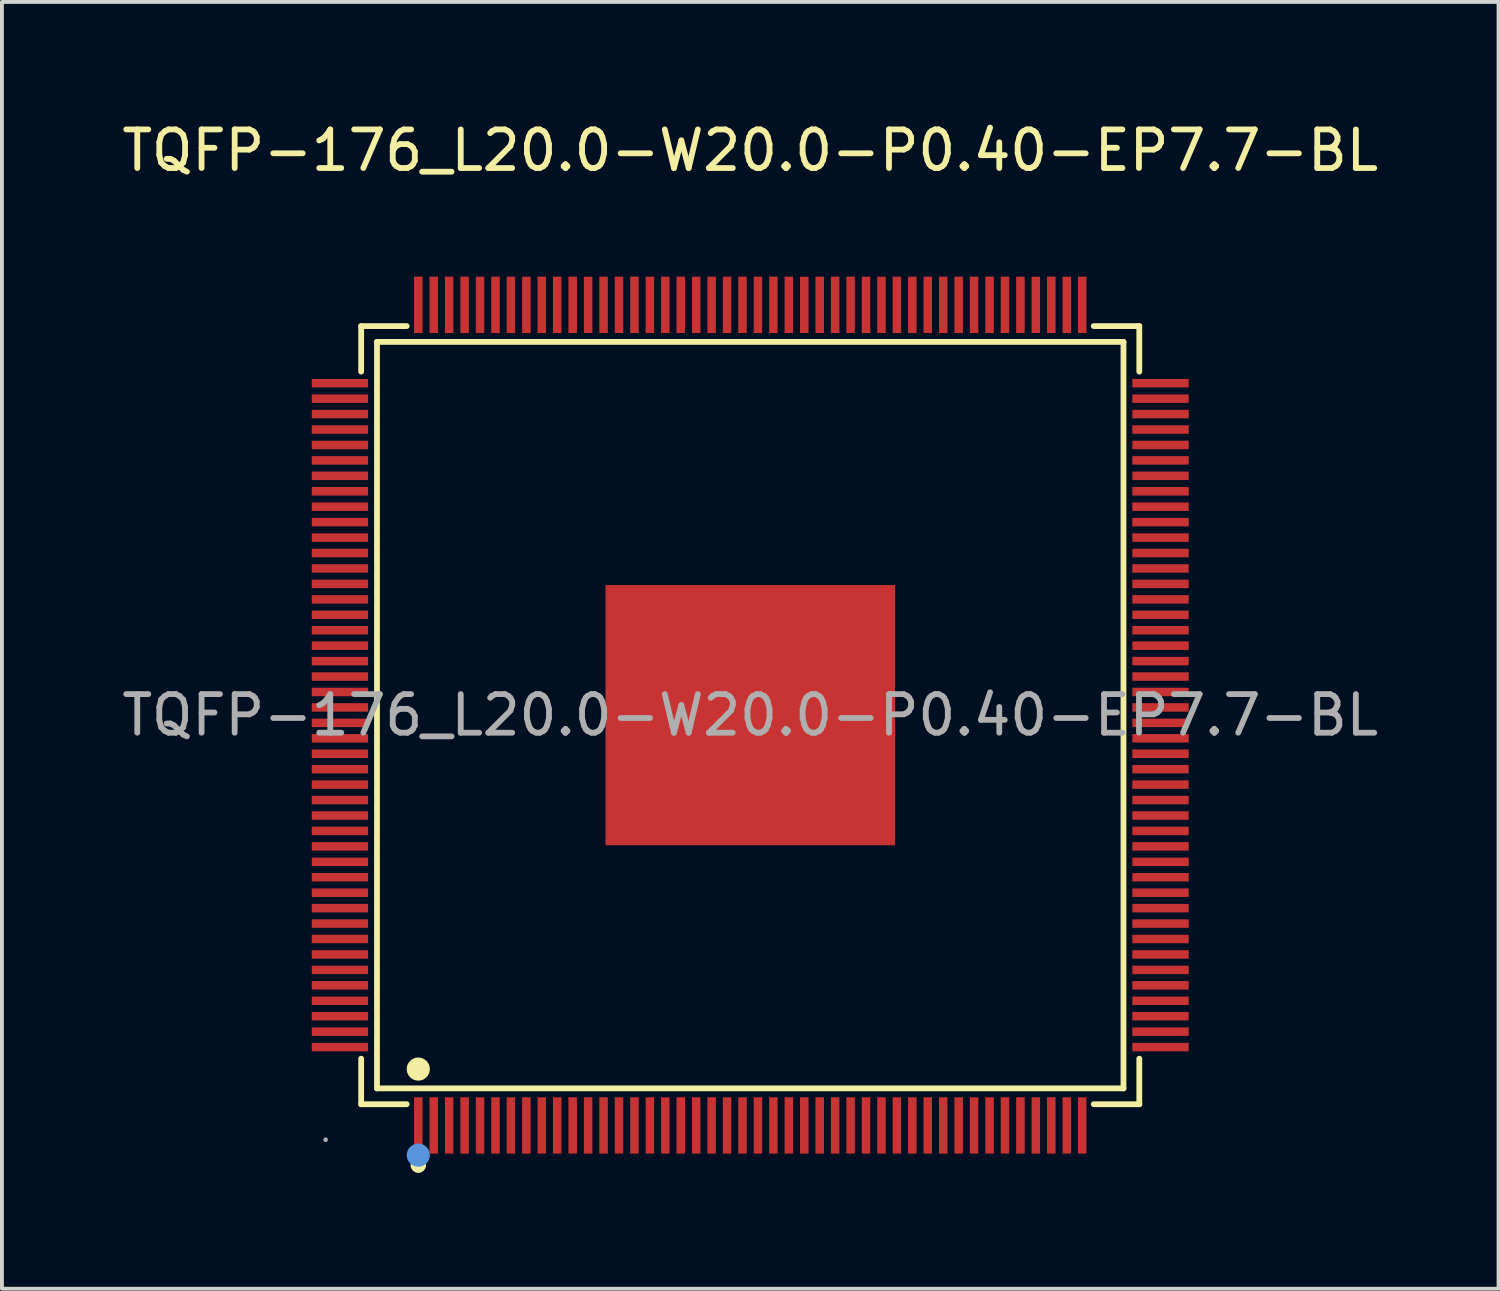
<source format=kicad_pcb>
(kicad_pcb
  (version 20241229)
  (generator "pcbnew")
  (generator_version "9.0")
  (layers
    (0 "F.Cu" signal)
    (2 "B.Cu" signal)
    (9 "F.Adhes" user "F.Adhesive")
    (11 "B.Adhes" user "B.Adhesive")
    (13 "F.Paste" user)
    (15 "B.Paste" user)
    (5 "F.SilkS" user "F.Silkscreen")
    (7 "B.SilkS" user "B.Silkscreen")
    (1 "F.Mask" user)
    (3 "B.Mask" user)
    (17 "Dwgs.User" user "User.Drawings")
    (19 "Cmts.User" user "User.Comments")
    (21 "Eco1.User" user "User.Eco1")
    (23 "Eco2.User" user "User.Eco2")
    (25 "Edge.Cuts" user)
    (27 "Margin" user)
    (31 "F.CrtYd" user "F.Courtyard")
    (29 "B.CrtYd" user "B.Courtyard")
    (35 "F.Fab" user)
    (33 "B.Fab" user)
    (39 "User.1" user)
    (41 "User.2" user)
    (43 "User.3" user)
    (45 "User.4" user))
  (footprint "TQFP-176_L20.0-W20.0-P0.40-EP7.7-BL"
    (layer "F.Cu")
    (at 16.387 15.478)
    (property "Reference" "TQFP-176_L20.0-W20.0-P0.40-EP7.7-BL" (at 0 -14.63 0) (layer "F.SilkS") (effects (font (size 1 1) (thickness 0.15))))
    (attr through_hole)
    (fp_line (start -10.08 -10.08) (end -8.9 -10.08) (stroke (width 0.15) (type solid)) (layer "F.SilkS"))
    (fp_line (start -10.08 -8.9) (end -10.08 -10.08) (stroke (width 0.15) (type solid)) (layer "F.SilkS"))
    (fp_line (start -10.08 8.9) (end -10.08 10.08) (stroke (width 0.15) (type solid)) (layer "F.SilkS"))
    (fp_line (start -10.08 10.08) (end -8.9 10.08) (stroke (width 0.15) (type solid)) (layer "F.SilkS"))
    (fp_line (start -9.67 -9.67) (end 9.67 -9.67) (stroke (width 0.15) (type solid)) (layer "F.SilkS"))
    (fp_line (start -9.67 9.67) (end -9.67 -9.67) (stroke (width 0.15) (type solid)) (layer "F.SilkS"))
    (fp_line (start 9.67 -9.67) (end 9.67 9.67) (stroke (width 0.15) (type solid)) (layer "F.SilkS"))
    (fp_line (start 9.67 9.67) (end -9.67 9.67) (stroke (width 0.15) (type solid)) (layer "F.SilkS"))
    (fp_line (start 10.08 -10.08) (end 8.9 -10.08) (stroke (width 0.15) (type solid)) (layer "F.SilkS"))
    (fp_line (start 10.08 -8.9) (end 10.08 -10.08) (stroke (width 0.15) (type solid)) (layer "F.SilkS"))
    (fp_line (start 10.08 8.9) (end 10.08 10.08) (stroke (width 0.15) (type solid)) (layer "F.SilkS"))
    (fp_line (start 10.08 10.08) (end 8.9 10.08) (stroke (width 0.15) (type solid)) (layer "F.SilkS"))
    (fp_circle (center -8.6 9.17) (end -8.45 9.17) (stroke (width 0.3) (type solid)) (fill no) (layer "F.SilkS"))
    (fp_circle (center -8.6 11.66) (end -8.5 11.66) (stroke (width 0.2) (type solid)) (fill no) (layer "F.SilkS"))
    (fp_circle (center -8.6 11.4) (end -8.45 11.4) (stroke (width 0.3) (type solid)) (fill no) (layer "Cmts.User"))
    (fp_circle (center -11 11) (end -10.97 11) (stroke (width 0.06) (type solid)) (fill no) (layer "F.Fab"))
    (fp_text user "${REFERENCE}" (at 0 0 0) (layer "F.Fab") (effects (font (size 1 1) (thickness 0.15))))
    (pad "1" smd rect (at -8.6 10.63) (size 0.22 1.46) (layers "F.Cu" "F.Mask" "F.Paste"))
    (pad "2" smd rect (at -8.2 10.63) (size 0.22 1.46) (layers "F.Cu" "F.Mask" "F.Paste"))
    (pad "3" smd rect (at -7.8 10.63) (size 0.22 1.46) (layers "F.Cu" "F.Mask" "F.Paste"))
    (pad "4" smd rect (at -7.4 10.63) (size 0.22 1.46) (layers "F.Cu" "F.Mask" "F.Paste"))
    (pad "5" smd rect (at -7 10.63) (size 0.22 1.46) (layers "F.Cu" "F.Mask" "F.Paste"))
    (pad "6" smd rect (at -6.6 10.63) (size 0.22 1.46) (layers "F.Cu" "F.Mask" "F.Paste"))
    (pad "7" smd rect (at -6.2 10.63) (size 0.22 1.46) (layers "F.Cu" "F.Mask" "F.Paste"))
    (pad "8" smd rect (at -5.8 10.63) (size 0.22 1.46) (layers "F.Cu" "F.Mask" "F.Paste"))
    (pad "9" smd rect (at -5.4 10.63) (size 0.22 1.46) (layers "F.Cu" "F.Mask" "F.Paste"))
    (pad "10" smd rect (at -5 10.63) (size 0.22 1.46) (layers "F.Cu" "F.Mask" "F.Paste"))
    (pad "11" smd rect (at -4.6 10.63) (size 0.22 1.46) (layers "F.Cu" "F.Mask" "F.Paste"))
    (pad "12" smd rect (at -4.2 10.63) (size 0.22 1.46) (layers "F.Cu" "F.Mask" "F.Paste"))
    (pad "13" smd rect (at -3.8 10.63) (size 0.22 1.46) (layers "F.Cu" "F.Mask" "F.Paste"))
    (pad "14" smd rect (at -3.4 10.63) (size 0.22 1.46) (layers "F.Cu" "F.Mask" "F.Paste"))
    (pad "15" smd rect (at -3 10.63) (size 0.22 1.46) (layers "F.Cu" "F.Mask" "F.Paste"))
    (pad "16" smd rect (at -2.6 10.63) (size 0.22 1.46) (layers "F.Cu" "F.Mask" "F.Paste"))
    (pad "17" smd rect (at -2.2 10.63) (size 0.22 1.46) (layers "F.Cu" "F.Mask" "F.Paste"))
    (pad "18" smd rect (at -1.8 10.63) (size 0.22 1.46) (layers "F.Cu" "F.Mask" "F.Paste"))
    (pad "19" smd rect (at -1.4 10.63) (size 0.22 1.46) (layers "F.Cu" "F.Mask" "F.Paste"))
    (pad "20" smd rect (at -1 10.63) (size 0.22 1.46) (layers "F.Cu" "F.Mask" "F.Paste"))
    (pad "21" smd rect (at -0.6 10.63) (size 0.22 1.46) (layers "F.Cu" "F.Mask" "F.Paste"))
    (pad "22" smd rect (at -0.2 10.63) (size 0.22 1.46) (layers "F.Cu" "F.Mask" "F.Paste"))
    (pad "23" smd rect (at 0.2 10.63) (size 0.22 1.46) (layers "F.Cu" "F.Mask" "F.Paste"))
    (pad "24" smd rect (at 0.6 10.63) (size 0.22 1.46) (layers "F.Cu" "F.Mask" "F.Paste"))
    (pad "25" smd rect (at 1 10.63) (size 0.22 1.46) (layers "F.Cu" "F.Mask" "F.Paste"))
    (pad "26" smd rect (at 1.4 10.63) (size 0.22 1.46) (layers "F.Cu" "F.Mask" "F.Paste"))
    (pad "27" smd rect (at 1.8 10.63) (size 0.22 1.46) (layers "F.Cu" "F.Mask" "F.Paste"))
    (pad "28" smd rect (at 2.2 10.63) (size 0.22 1.46) (layers "F.Cu" "F.Mask" "F.Paste"))
    (pad "29" smd rect (at 2.6 10.63) (size 0.22 1.46) (layers "F.Cu" "F.Mask" "F.Paste"))
    (pad "30" smd rect (at 3 10.63) (size 0.22 1.46) (layers "F.Cu" "F.Mask" "F.Paste"))
    (pad "31" smd rect (at 3.4 10.63) (size 0.22 1.46) (layers "F.Cu" "F.Mask" "F.Paste"))
    (pad "32" smd rect (at 3.8 10.63) (size 0.22 1.46) (layers "F.Cu" "F.Mask" "F.Paste"))
    (pad "33" smd rect (at 4.2 10.63) (size 0.22 1.46) (layers "F.Cu" "F.Mask" "F.Paste"))
    (pad "34" smd rect (at 4.6 10.63) (size 0.22 1.46) (layers "F.Cu" "F.Mask" "F.Paste"))
    (pad "35" smd rect (at 5 10.63) (size 0.22 1.46) (layers "F.Cu" "F.Mask" "F.Paste"))
    (pad "36" smd rect (at 5.4 10.63) (size 0.22 1.46) (layers "F.Cu" "F.Mask" "F.Paste"))
    (pad "37" smd rect (at 5.8 10.63) (size 0.22 1.46) (layers "F.Cu" "F.Mask" "F.Paste"))
    (pad "38" smd rect (at 6.2 10.63) (size 0.22 1.46) (layers "F.Cu" "F.Mask" "F.Paste"))
    (pad "39" smd rect (at 6.6 10.63) (size 0.22 1.46) (layers "F.Cu" "F.Mask" "F.Paste"))
    (pad "40" smd rect (at 7 10.63) (size 0.22 1.46) (layers "F.Cu" "F.Mask" "F.Paste"))
    (pad "41" smd rect (at 7.4 10.63) (size 0.22 1.46) (layers "F.Cu" "F.Mask" "F.Paste"))
    (pad "42" smd rect (at 7.8 10.63) (size 0.22 1.46) (layers "F.Cu" "F.Mask" "F.Paste"))
    (pad "43" smd rect (at 8.2 10.63) (size 0.22 1.46) (layers "F.Cu" "F.Mask" "F.Paste"))
    (pad "44" smd rect (at 8.6 10.63) (size 0.22 1.46) (layers "F.Cu" "F.Mask" "F.Paste"))
    (pad "45" smd rect (at 10.63 8.6) (size 1.46 0.22) (layers "F.Cu" "F.Mask" "F.Paste"))
    (pad "46" smd rect (at 10.63 8.2) (size 1.46 0.22) (layers "F.Cu" "F.Mask" "F.Paste"))
    (pad "47" smd rect (at 10.63 7.8) (size 1.46 0.22) (layers "F.Cu" "F.Mask" "F.Paste"))
    (pad "48" smd rect (at 10.63 7.4) (size 1.46 0.22) (layers "F.Cu" "F.Mask" "F.Paste"))
    (pad "49" smd rect (at 10.63 7) (size 1.46 0.22) (layers "F.Cu" "F.Mask" "F.Paste"))
    (pad "50" smd rect (at 10.63 6.6) (size 1.46 0.22) (layers "F.Cu" "F.Mask" "F.Paste"))
    (pad "51" smd rect (at 10.63 6.2) (size 1.46 0.22) (layers "F.Cu" "F.Mask" "F.Paste"))
    (pad "52" smd rect (at 10.63 5.8) (size 1.46 0.22) (layers "F.Cu" "F.Mask" "F.Paste"))
    (pad "53" smd rect (at 10.63 5.4) (size 1.46 0.22) (layers "F.Cu" "F.Mask" "F.Paste"))
    (pad "54" smd rect (at 10.63 5) (size 1.46 0.22) (layers "F.Cu" "F.Mask" "F.Paste"))
    (pad "55" smd rect (at 10.63 4.6) (size 1.46 0.22) (layers "F.Cu" "F.Mask" "F.Paste"))
    (pad "56" smd rect (at 10.63 4.2) (size 1.46 0.22) (layers "F.Cu" "F.Mask" "F.Paste"))
    (pad "57" smd rect (at 10.63 3.8) (size 1.46 0.22) (layers "F.Cu" "F.Mask" "F.Paste"))
    (pad "58" smd rect (at 10.63 3.4) (size 1.46 0.22) (layers "F.Cu" "F.Mask" "F.Paste"))
    (pad "59" smd rect (at 10.63 3) (size 1.46 0.22) (layers "F.Cu" "F.Mask" "F.Paste"))
    (pad "60" smd rect (at 10.63 2.6) (size 1.46 0.22) (layers "F.Cu" "F.Mask" "F.Paste"))
    (pad "61" smd rect (at 10.63 2.2) (size 1.46 0.22) (layers "F.Cu" "F.Mask" "F.Paste"))
    (pad "62" smd rect (at 10.63 1.8) (size 1.46 0.22) (layers "F.Cu" "F.Mask" "F.Paste"))
    (pad "63" smd rect (at 10.63 1.4) (size 1.46 0.22) (layers "F.Cu" "F.Mask" "F.Paste"))
    (pad "64" smd rect (at 10.63 1) (size 1.46 0.22) (layers "F.Cu" "F.Mask" "F.Paste"))
    (pad "65" smd rect (at 10.63 0.6) (size 1.46 0.22) (layers "F.Cu" "F.Mask" "F.Paste"))
    (pad "66" smd rect (at 10.63 0.2) (size 1.46 0.22) (layers "F.Cu" "F.Mask" "F.Paste"))
    (pad "67" smd rect (at 10.63 -0.2) (size 1.46 0.22) (layers "F.Cu" "F.Mask" "F.Paste"))
    (pad "68" smd rect (at 10.63 -0.6) (size 1.46 0.22) (layers "F.Cu" "F.Mask" "F.Paste"))
    (pad "69" smd rect (at 10.63 -1) (size 1.46 0.22) (layers "F.Cu" "F.Mask" "F.Paste"))
    (pad "70" smd rect (at 10.63 -1.4) (size 1.46 0.22) (layers "F.Cu" "F.Mask" "F.Paste"))
    (pad "71" smd rect (at 10.63 -1.8) (size 1.46 0.22) (layers "F.Cu" "F.Mask" "F.Paste"))
    (pad "72" smd rect (at 10.63 -2.2) (size 1.46 0.22) (layers "F.Cu" "F.Mask" "F.Paste"))
    (pad "73" smd rect (at 10.63 -2.6) (size 1.46 0.22) (layers "F.Cu" "F.Mask" "F.Paste"))
    (pad "74" smd rect (at 10.63 -3) (size 1.46 0.22) (layers "F.Cu" "F.Mask" "F.Paste"))
    (pad "75" smd rect (at 10.63 -3.4) (size 1.46 0.22) (layers "F.Cu" "F.Mask" "F.Paste"))
    (pad "76" smd rect (at 10.63 -3.8) (size 1.46 0.22) (layers "F.Cu" "F.Mask" "F.Paste"))
    (pad "77" smd rect (at 10.63 -4.2) (size 1.46 0.22) (layers "F.Cu" "F.Mask" "F.Paste"))
    (pad "78" smd rect (at 10.63 -4.6) (size 1.46 0.22) (layers "F.Cu" "F.Mask" "F.Paste"))
    (pad "79" smd rect (at 10.63 -5) (size 1.46 0.22) (layers "F.Cu" "F.Mask" "F.Paste"))
    (pad "80" smd rect (at 10.63 -5.4) (size 1.46 0.22) (layers "F.Cu" "F.Mask" "F.Paste"))
    (pad "81" smd rect (at 10.63 -5.8) (size 1.46 0.22) (layers "F.Cu" "F.Mask" "F.Paste"))
    (pad "82" smd rect (at 10.63 -6.2) (size 1.46 0.22) (layers "F.Cu" "F.Mask" "F.Paste"))
    (pad "83" smd rect (at 10.63 -6.6) (size 1.46 0.22) (layers "F.Cu" "F.Mask" "F.Paste"))
    (pad "84" smd rect (at 10.63 -7) (size 1.46 0.22) (layers "F.Cu" "F.Mask" "F.Paste"))
    (pad "85" smd rect (at 10.63 -7.4) (size 1.46 0.22) (layers "F.Cu" "F.Mask" "F.Paste"))
    (pad "86" smd rect (at 10.63 -7.8) (size 1.46 0.22) (layers "F.Cu" "F.Mask" "F.Paste"))
    (pad "87" smd rect (at 10.63 -8.2) (size 1.46 0.22) (layers "F.Cu" "F.Mask" "F.Paste"))
    (pad "88" smd rect (at 10.63 -8.6) (size 1.46 0.22) (layers "F.Cu" "F.Mask" "F.Paste"))
    (pad "89" smd rect (at 8.6 -10.63) (size 0.22 1.46) (layers "F.Cu" "F.Mask" "F.Paste"))
    (pad "90" smd rect (at 8.2 -10.63) (size 0.22 1.46) (layers "F.Cu" "F.Mask" "F.Paste"))
    (pad "91" smd rect (at 7.8 -10.63) (size 0.22 1.46) (layers "F.Cu" "F.Mask" "F.Paste"))
    (pad "92" smd rect (at 7.4 -10.63) (size 0.22 1.46) (layers "F.Cu" "F.Mask" "F.Paste"))
    (pad "93" smd rect (at 7 -10.63) (size 0.22 1.46) (layers "F.Cu" "F.Mask" "F.Paste"))
    (pad "94" smd rect (at 6.6 -10.63) (size 0.22 1.46) (layers "F.Cu" "F.Mask" "F.Paste"))
    (pad "95" smd rect (at 6.2 -10.63) (size 0.22 1.46) (layers "F.Cu" "F.Mask" "F.Paste"))
    (pad "96" smd rect (at 5.8 -10.63) (size 0.22 1.46) (layers "F.Cu" "F.Mask" "F.Paste"))
    (pad "97" smd rect (at 5.4 -10.63) (size 0.22 1.46) (layers "F.Cu" "F.Mask" "F.Paste"))
    (pad "98" smd rect (at 5 -10.63) (size 0.22 1.46) (layers "F.Cu" "F.Mask" "F.Paste"))
    (pad "99" smd rect (at 4.6 -10.63) (size 0.22 1.46) (layers "F.Cu" "F.Mask" "F.Paste"))
    (pad "100" smd rect (at 4.2 -10.63) (size 0.22 1.46) (layers "F.Cu" "F.Mask" "F.Paste"))
    (pad "101" smd rect (at 3.8 -10.63) (size 0.22 1.46) (layers "F.Cu" "F.Mask" "F.Paste"))
    (pad "102" smd rect (at 3.4 -10.63) (size 0.22 1.46) (layers "F.Cu" "F.Mask" "F.Paste"))
    (pad "103" smd rect (at 3 -10.63) (size 0.22 1.46) (layers "F.Cu" "F.Mask" "F.Paste"))
    (pad "104" smd rect (at 2.6 -10.63) (size 0.22 1.46) (layers "F.Cu" "F.Mask" "F.Paste"))
    (pad "105" smd rect (at 2.2 -10.63) (size 0.22 1.46) (layers "F.Cu" "F.Mask" "F.Paste"))
    (pad "106" smd rect (at 1.8 -10.63) (size 0.22 1.46) (layers "F.Cu" "F.Mask" "F.Paste"))
    (pad "107" smd rect (at 1.4 -10.63) (size 0.22 1.46) (layers "F.Cu" "F.Mask" "F.Paste"))
    (pad "108" smd rect (at 1 -10.63) (size 0.22 1.46) (layers "F.Cu" "F.Mask" "F.Paste"))
    (pad "109" smd rect (at 0.6 -10.63) (size 0.22 1.46) (layers "F.Cu" "F.Mask" "F.Paste"))
    (pad "110" smd rect (at 0.2 -10.63) (size 0.22 1.46) (layers "F.Cu" "F.Mask" "F.Paste"))
    (pad "111" smd rect (at -0.2 -10.63) (size 0.22 1.46) (layers "F.Cu" "F.Mask" "F.Paste"))
    (pad "112" smd rect (at -0.6 -10.63) (size 0.22 1.46) (layers "F.Cu" "F.Mask" "F.Paste"))
    (pad "113" smd rect (at -1 -10.63) (size 0.22 1.46) (layers "F.Cu" "F.Mask" "F.Paste"))
    (pad "114" smd rect (at -1.4 -10.63) (size 0.22 1.46) (layers "F.Cu" "F.Mask" "F.Paste"))
    (pad "115" smd rect (at -1.8 -10.63) (size 0.22 1.46) (layers "F.Cu" "F.Mask" "F.Paste"))
    (pad "116" smd rect (at -2.2 -10.63) (size 0.22 1.46) (layers "F.Cu" "F.Mask" "F.Paste"))
    (pad "117" smd rect (at -2.6 -10.63) (size 0.22 1.46) (layers "F.Cu" "F.Mask" "F.Paste"))
    (pad "118" smd rect (at -3 -10.63) (size 0.22 1.46) (layers "F.Cu" "F.Mask" "F.Paste"))
    (pad "119" smd rect (at -3.4 -10.63) (size 0.22 1.46) (layers "F.Cu" "F.Mask" "F.Paste"))
    (pad "120" smd rect (at -3.8 -10.63) (size 0.22 1.46) (layers "F.Cu" "F.Mask" "F.Paste"))
    (pad "121" smd rect (at -4.2 -10.63) (size 0.22 1.46) (layers "F.Cu" "F.Mask" "F.Paste"))
    (pad "122" smd rect (at -4.6 -10.63) (size 0.22 1.46) (layers "F.Cu" "F.Mask" "F.Paste"))
    (pad "123" smd rect (at -5 -10.63) (size 0.22 1.46) (layers "F.Cu" "F.Mask" "F.Paste"))
    (pad "124" smd rect (at -5.4 -10.63) (size 0.22 1.46) (layers "F.Cu" "F.Mask" "F.Paste"))
    (pad "125" smd rect (at -5.8 -10.63) (size 0.22 1.46) (layers "F.Cu" "F.Mask" "F.Paste"))
    (pad "126" smd rect (at -6.2 -10.63) (size 0.22 1.46) (layers "F.Cu" "F.Mask" "F.Paste"))
    (pad "127" smd rect (at -6.6 -10.63) (size 0.22 1.46) (layers "F.Cu" "F.Mask" "F.Paste"))
    (pad "128" smd rect (at -7 -10.63) (size 0.22 1.46) (layers "F.Cu" "F.Mask" "F.Paste"))
    (pad "129" smd rect (at -7.4 -10.63) (size 0.22 1.46) (layers "F.Cu" "F.Mask" "F.Paste"))
    (pad "130" smd rect (at -7.8 -10.63) (size 0.22 1.46) (layers "F.Cu" "F.Mask" "F.Paste"))
    (pad "131" smd rect (at -8.2 -10.63) (size 0.22 1.46) (layers "F.Cu" "F.Mask" "F.Paste"))
    (pad "132" smd rect (at -8.6 -10.63) (size 0.22 1.46) (layers "F.Cu" "F.Mask" "F.Paste"))
    (pad "133" smd rect (at -10.63 -8.6) (size 1.46 0.22) (layers "F.Cu" "F.Mask" "F.Paste"))
    (pad "134" smd rect (at -10.63 -8.2) (size 1.46 0.22) (layers "F.Cu" "F.Mask" "F.Paste"))
    (pad "135" smd rect (at -10.63 -7.8) (size 1.46 0.22) (layers "F.Cu" "F.Mask" "F.Paste"))
    (pad "136" smd rect (at -10.63 -7.4) (size 1.46 0.22) (layers "F.Cu" "F.Mask" "F.Paste"))
    (pad "137" smd rect (at -10.63 -7) (size 1.46 0.22) (layers "F.Cu" "F.Mask" "F.Paste"))
    (pad "138" smd rect (at -10.63 -6.6) (size 1.46 0.22) (layers "F.Cu" "F.Mask" "F.Paste"))
    (pad "139" smd rect (at -10.63 -6.2) (size 1.46 0.22) (layers "F.Cu" "F.Mask" "F.Paste"))
    (pad "140" smd rect (at -10.63 -5.8) (size 1.46 0.22) (layers "F.Cu" "F.Mask" "F.Paste"))
    (pad "141" smd rect (at -10.63 -5.4) (size 1.46 0.22) (layers "F.Cu" "F.Mask" "F.Paste"))
    (pad "142" smd rect (at -10.63 -5) (size 1.46 0.22) (layers "F.Cu" "F.Mask" "F.Paste"))
    (pad "143" smd rect (at -10.63 -4.6) (size 1.46 0.22) (layers "F.Cu" "F.Mask" "F.Paste"))
    (pad "144" smd rect (at -10.63 -4.2) (size 1.46 0.22) (layers "F.Cu" "F.Mask" "F.Paste"))
    (pad "145" smd rect (at -10.63 -3.8) (size 1.46 0.22) (layers "F.Cu" "F.Mask" "F.Paste"))
    (pad "146" smd rect (at -10.63 -3.4) (size 1.46 0.22) (layers "F.Cu" "F.Mask" "F.Paste"))
    (pad "147" smd rect (at -10.63 -3) (size 1.46 0.22) (layers "F.Cu" "F.Mask" "F.Paste"))
    (pad "148" smd rect (at -10.63 -2.6) (size 1.46 0.22) (layers "F.Cu" "F.Mask" "F.Paste"))
    (pad "149" smd rect (at -10.63 -2.2) (size 1.46 0.22) (layers "F.Cu" "F.Mask" "F.Paste"))
    (pad "150" smd rect (at -10.63 -1.8) (size 1.46 0.22) (layers "F.Cu" "F.Mask" "F.Paste"))
    (pad "151" smd rect (at -10.63 -1.4) (size 1.46 0.22) (layers "F.Cu" "F.Mask" "F.Paste"))
    (pad "152" smd rect (at -10.63 -1) (size 1.46 0.22) (layers "F.Cu" "F.Mask" "F.Paste"))
    (pad "153" smd rect (at -10.63 -0.6) (size 1.46 0.22) (layers "F.Cu" "F.Mask" "F.Paste"))
    (pad "154" smd rect (at -10.63 -0.2) (size 1.46 0.22) (layers "F.Cu" "F.Mask" "F.Paste"))
    (pad "155" smd rect (at -10.63 0.2) (size 1.46 0.22) (layers "F.Cu" "F.Mask" "F.Paste"))
    (pad "156" smd rect (at -10.63 0.6) (size 1.46 0.22) (layers "F.Cu" "F.Mask" "F.Paste"))
    (pad "157" smd rect (at -10.63 1) (size 1.46 0.22) (layers "F.Cu" "F.Mask" "F.Paste"))
    (pad "158" smd rect (at -10.63 1.4) (size 1.46 0.22) (layers "F.Cu" "F.Mask" "F.Paste"))
    (pad "159" smd rect (at -10.63 1.8) (size 1.46 0.22) (layers "F.Cu" "F.Mask" "F.Paste"))
    (pad "160" smd rect (at -10.63 2.2) (size 1.46 0.22) (layers "F.Cu" "F.Mask" "F.Paste"))
    (pad "161" smd rect (at -10.63 2.6) (size 1.46 0.22) (layers "F.Cu" "F.Mask" "F.Paste"))
    (pad "162" smd rect (at -10.63 3) (size 1.46 0.22) (layers "F.Cu" "F.Mask" "F.Paste"))
    (pad "163" smd rect (at -10.63 3.4) (size 1.46 0.22) (layers "F.Cu" "F.Mask" "F.Paste"))
    (pad "164" smd rect (at -10.63 3.8) (size 1.46 0.22) (layers "F.Cu" "F.Mask" "F.Paste"))
    (pad "165" smd rect (at -10.63 4.2) (size 1.46 0.22) (layers "F.Cu" "F.Mask" "F.Paste"))
    (pad "166" smd rect (at -10.63 4.6) (size 1.46 0.22) (layers "F.Cu" "F.Mask" "F.Paste"))
    (pad "167" smd rect (at -10.63 5) (size 1.46 0.22) (layers "F.Cu" "F.Mask" "F.Paste"))
    (pad "168" smd rect (at -10.63 5.4) (size 1.46 0.22) (layers "F.Cu" "F.Mask" "F.Paste"))
    (pad "169" smd rect (at -10.63 5.8) (size 1.46 0.22) (layers "F.Cu" "F.Mask" "F.Paste"))
    (pad "170" smd rect (at -10.63 6.2) (size 1.46 0.22) (layers "F.Cu" "F.Mask" "F.Paste"))
    (pad "171" smd rect (at -10.63 6.6) (size 1.46 0.22) (layers "F.Cu" "F.Mask" "F.Paste"))
    (pad "172" smd rect (at -10.63 7) (size 1.46 0.22) (layers "F.Cu" "F.Mask" "F.Paste"))
    (pad "173" smd rect (at -10.63 7.4) (size 1.46 0.22) (layers "F.Cu" "F.Mask" "F.Paste"))
    (pad "174" smd rect (at -10.63 7.8) (size 1.46 0.22) (layers "F.Cu" "F.Mask" "F.Paste"))
    (pad "175" smd rect (at -10.63 8.2) (size 1.46 0.22) (layers "F.Cu" "F.Mask" "F.Paste"))
    (pad "176" smd rect (at -10.63 8.6) (size 1.46 0.22) (layers "F.Cu" "F.Mask" "F.Paste"))
    (pad "177" smd rect (at 0 0) (size 7.5 6.74) (layers "F.Cu" "F.Mask" "F.Paste")))
  (gr_rect
    (start -3 -3)
    (end 35.774 30.338)
    (stroke (width 0.1) (type default))
    (fill no)
    (layer "Edge.Cuts")))
</source>
